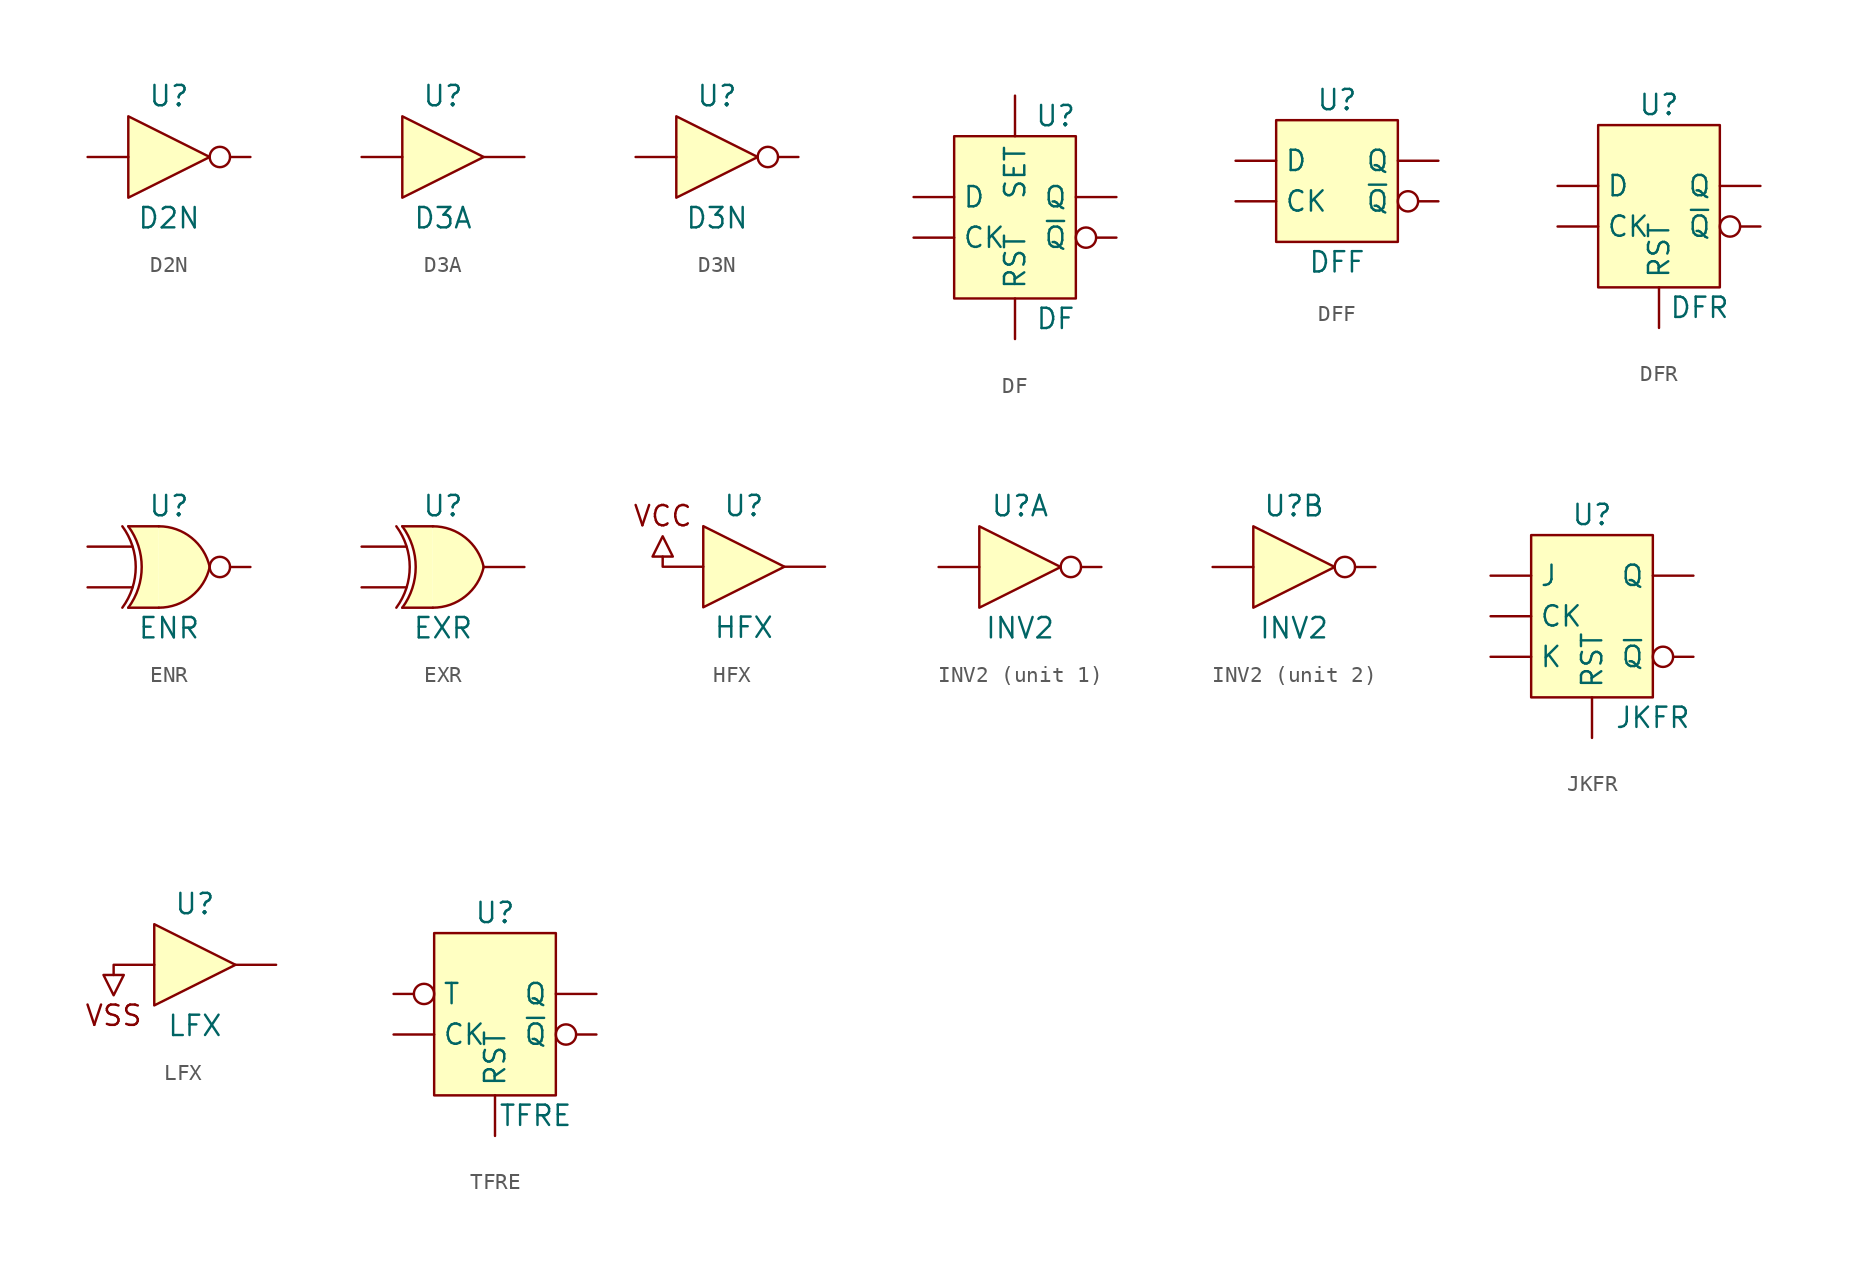
<source format=kicad_sym>
(kicad_symbol_lib
  (version 20231120)
  (generator "kicad_symbol_editor")
  (generator_version "8.0")
  (symbol "D2N"
    (property "Reference" "U"
      (at 0 3.81 0)
      (effects (font (size 1.27 1.27))))
    (property "Value" "D2N"
      (at 0 -3.81 0)
      (effects (font (size 1.27 1.27))))
    (symbol "D2N_1_1"
      (polyline (pts (xy -2.54 2.54) (xy -2.54 -2.54) (xy 2.54 0) (xy -2.54 2.54)) (stroke (width 0) (type default)) (fill (type background)))
      (pin input line (at -5.08 0 0) (length 2.54) (name "" (effects (font (size 1.27 1.27)))) (number "1" (effects (font (size 0 0)))))
      (pin output inverted (at 5.08 0 180) (length 2.54) (name "" (effects (font (size 1.27 1.27)))) (number "2" (effects (font (size 0 0)))))))
  (symbol "D3A"
    (property "Reference" "U"
      (at 0 3.81 0)
      (effects (font (size 1.27 1.27))))
    (property "Value" "D3A"
      (at 0 -3.81 0)
      (effects (font (size 1.27 1.27))))
    (symbol "D3A_1_1"
      (polyline (pts (xy -2.54 2.54) (xy -2.54 -2.54) (xy 2.54 0) (xy -2.54 2.54)) (stroke (width 0) (type default)) (fill (type background)))
      (pin input line (at -5.08 0 0) (length 2.54) (name "" (effects (font (size 1.27 1.27)))) (number "1" (effects (font (size 0 0)))))
      (pin output line (at 5.08 0 180) (length 2.54) (name "" (effects (font (size 1.27 1.27)))) (number "2" (effects (font (size 0 0)))))))
  (symbol "D3N"
    (property "Reference" "U"
      (at 0 3.81 0)
      (effects (font (size 1.27 1.27))))
    (property "Value" "D3N"
      (at 0 -3.81 0)
      (effects (font (size 1.27 1.27))))
    (symbol "D3N_1_1"
      (polyline (pts (xy -2.54 2.54) (xy -2.54 -2.54) (xy 2.54 0) (xy -2.54 2.54)) (stroke (width 0) (type default)) (fill (type background)))
      (pin input line (at -5.08 0 0) (length 2.54) (name "" (effects (font (size 1.27 1.27)))) (number "1" (effects (font (size 0 0)))))
      (pin output inverted (at 5.08 0 180) (length 2.54) (name "" (effects (font (size 1.27 1.27)))) (number "2" (effects (font (size 0 0)))))))
  (symbol "DF"
    (property "Reference" "U"
      (at 2.54 6.35 0)
      (effects (font (size 1.27 1.27))))
    (property "Value" "DF"
      (at 2.54 -6.35 0)
      (effects (font (size 1.27 1.27))))
    (symbol "DF_1_1"
      (rectangle (start -3.81 5.08) (end 3.81 -5.08) (stroke (width 0) (type default)) (fill (type background)))
      (pin input line (at -6.35 1.27 0) (length 2.54) (name "D" (effects (font (size 1.27 1.27)))) (number "1" (effects (font (size 0 0)))))
      (pin input line (at -6.35 -1.27 0) (length 2.54) (name "CK" (effects (font (size 1.27 1.27)))) (number "2" (effects (font (size 0 0)))))
      (pin input line (at 0 -7.62 90) (length 2.54) (name "RST" (effects (font (size 1.27 1.27)))) (number "3" (effects (font (size 0 0)))))
      (pin output inverted (at 6.35 -1.27 180) (length 2.54) (name "~{Q}" (effects (font (size 1.27 1.27)))) (number "4" (effects (font (size 0 0)))))
      (pin output line (at 6.35 1.27 180) (length 2.54) (name "Q" (effects (font (size 1.27 1.27)))) (number "5" (effects (font (size 0 0)))))
      (pin input line (at 0 7.62 270) (length 2.54) (name "SET" (effects (font (size 1.27 1.27)))) (number "6" (effects (font (size 0 0)))))))
  (symbol "DFF"
    (property "Reference" "U"
      (at 0 5.08 0)
      (effects (font (size 1.27 1.27))))
    (property "Value" "DFF"
      (at 0 -5.08 0)
      (effects (font (size 1.27 1.27))))
    (symbol "DFF_1_1"
      (rectangle (start -3.81 3.81) (end 3.81 -3.81) (stroke (width 0) (type default)) (fill (type background)))
      (pin input line (at -6.35 1.27 0) (length 2.54) (name "D" (effects (font (size 1.27 1.27)))) (number "1" (effects (font (size 0 0)))))
      (pin input line (at -6.35 -1.27 0) (length 2.54) (name "CK" (effects (font (size 1.27 1.27)))) (number "2" (effects (font (size 0 0)))))
      (pin output inverted (at 6.35 -1.27 180) (length 2.54) (name "~{Q}" (effects (font (size 1.27 1.27)))) (number "3" (effects (font (size 0 0)))))
      (pin output line (at 6.35 1.27 180) (length 2.54) (name "Q" (effects (font (size 1.27 1.27)))) (number "4" (effects (font (size 0 0)))))))
  (symbol "DFR"
    (property "Reference" "U"
      (at 0 6.35 0)
      (effects (font (size 1.27 1.27))))
    (property "Value" "DFR"
      (at 2.54 -6.35 0)
      (effects (font (size 1.27 1.27))))
    (symbol "DFR_1_1"
      (rectangle (start -3.81 5.08) (end 3.81 -5.08) (stroke (width 0) (type default)) (fill (type background)))
      (pin input line (at -6.35 1.27 0) (length 2.54) (name "D" (effects (font (size 1.27 1.27)))) (number "1" (effects (font (size 0 0)))))
      (pin input line (at -6.35 -1.27 0) (length 2.54) (name "CK" (effects (font (size 1.27 1.27)))) (number "2" (effects (font (size 0 0)))))
      (pin input line (at 0 -7.62 90) (length 2.54) (name "RST" (effects (font (size 1.27 1.27)))) (number "3" (effects (font (size 0 0)))))
      (pin output inverted (at 6.35 -1.27 180) (length 2.54) (name "~{Q}" (effects (font (size 1.27 1.27)))) (number "4" (effects (font (size 0 0)))))
      (pin output line (at 6.35 1.27 180) (length 2.54) (name "Q" (effects (font (size 1.27 1.27)))) (number "5" (effects (font (size 0 0)))))))
  (symbol "ENR"
    (property "Reference" "U"
      (at 0 3.81 0)
      (effects (font (size 1.27 1.27))))
    (property "Value" "ENR"
      (at 0 -3.81 0)
      (effects (font (size 1.27 1.27))))
    (symbol "ENR_1_1"
      (arc (start -2.9127 -2.5398) (mid -2.0762 0.0001) (end -2.9129 2.54) (stroke (width 0) (type default)) (fill (type none)))
      (arc (start -2.54 -2.54) (mid -1.7035 -0.0001) (end -2.5402 2.5398) (stroke (width 0) (type default)) (fill (type none)))
      (arc (start -0.635 -2.54) (mid 1.3992 -1.8283) (end 2.54 0) (stroke (width 0) (type default)) (fill (type background)))
      (polyline (pts (xy -0.635 -2.54) (xy -2.54 -2.54)) (stroke (width 0) (type default)) (fill (type outline)))
      (polyline (pts (xy -0.635 2.54) (xy -2.54 2.54)) (stroke (width 0) (type default)) (fill (type background)))
      (polyline (pts (xy -0.635 2.54) (xy -2.54 2.54) (xy -2.159 1.905) (xy -1.905 1.27) (xy -1.778 0.762) (xy -1.727 0.457) (xy -1.702 0.178) (xy -1.702 -0.127) (xy -1.753 -0.66) (xy -1.829 -1.016) (xy -1.93 -1.372) (xy -2.057 -1.676) (xy -2.235 -2.057) (xy -2.413 -2.337) (xy -2.54 -2.54) (xy -0.635 -2.54)) (stroke (width -0.0001) (type default)) (fill (type background)))
      (arc (start 2.54 0) (mid 1.3994 1.8287) (end -0.635 2.54) (stroke (width 0) (type default)) (fill (type background)))
      (pin input line (at -5.08 1.27 0) (length 2.794) (name "" (effects (font (size 1.27 1.27)))) (number "1" (effects (font (size 0 0)))))
      (pin input line (at -5.08 -1.27 0) (length 2.794) (name "" (effects (font (size 1.27 1.27)))) (number "2" (effects (font (size 0 0)))))
      (pin output inverted (at 5.08 0 180) (length 2.54) (name "" (effects (font (size 1.27 1.27)))) (number "3" (effects (font (size 0 0)))))))
  (symbol "EXR"
    (property "Reference" "U"
      (at 0 3.81 0)
      (effects (font (size 1.27 1.27))))
    (property "Value" "EXR"
      (at 0 -3.81 0)
      (effects (font (size 1.27 1.27))))
    (symbol "EXR_1_1"
      (arc (start -2.9127 -2.5398) (mid -2.0762 0.0001) (end -2.9129 2.54) (stroke (width 0) (type default)) (fill (type none)))
      (arc (start -2.54 -2.54) (mid -1.7035 -0.0001) (end -2.5402 2.5398) (stroke (width 0) (type default)) (fill (type none)))
      (arc (start -0.635 -2.54) (mid 1.3992 -1.8283) (end 2.54 0) (stroke (width 0) (type default)) (fill (type background)))
      (polyline (pts (xy -0.635 -2.54) (xy -2.54 -2.54)) (stroke (width 0) (type default)) (fill (type outline)))
      (polyline (pts (xy -0.635 2.54) (xy -2.54 2.54)) (stroke (width 0) (type default)) (fill (type background)))
      (polyline (pts (xy -0.635 2.54) (xy -2.54 2.54) (xy -2.159 1.905) (xy -1.905 1.27) (xy -1.778 0.762) (xy -1.727 0.457) (xy -1.702 0.178) (xy -1.702 -0.127) (xy -1.753 -0.66) (xy -1.829 -1.016) (xy -1.93 -1.372) (xy -2.057 -1.676) (xy -2.235 -2.057) (xy -2.413 -2.337) (xy -2.54 -2.54) (xy -0.635 -2.54)) (stroke (width -0.0001) (type default)) (fill (type background)))
      (arc (start 2.54 0) (mid 1.3994 1.8287) (end -0.635 2.54) (stroke (width 0) (type default)) (fill (type background)))
      (pin input line (at -5.08 1.27 0) (length 2.794) (name "" (effects (font (size 1.27 1.27)))) (number "1" (effects (font (size 0 0)))))
      (pin input line (at -5.08 -1.27 0) (length 2.794) (name "" (effects (font (size 1.27 1.27)))) (number "2" (effects (font (size 0 0)))))
      (pin output line (at 5.08 0 180) (length 2.54) (name "" (effects (font (size 1.27 1.27)))) (number "3" (effects (font (size 0 0)))))))
  (symbol "HFX"
    (property "Reference" "U"
      (at 0 3.81 0)
      (effects (font (size 1.27 1.27))))
    (property "Value" "HFX"
      (at 0 -3.81 0)
      (effects (font (size 1.27 1.27))))
    (symbol "HFX_0_1"
      (polyline (pts (xy -5.08 0.635) (xy -5.08 0) (xy -2.54 0)) (stroke (width 0) (type default)) (fill (type none)))
      (polyline (pts (xy -5.08 1.905) (xy -5.715 0.635) (xy -4.445 0.635) (xy -5.08 1.905)) (stroke (width 0) (type default)) (fill (type none))))
    (symbol "HFX_1_1"
      (polyline (pts (xy -2.54 2.54) (xy -2.54 -2.54) (xy 2.54 0) (xy -2.54 2.54)) (stroke (width 0) (type default)) (fill (type background)))
      (text "VCC" (at -5.08 3.175 0) (effects (font (size 1.27 1.27))))
      (pin output line (at 5.08 0 180) (length 2.54) (name "" (effects (font (size 1.27 1.27)))) (number "1" (effects (font (size 0 0)))))))
  (symbol "INV2"
    (pin_numbers hide)
    (property "Reference" "U"
      (at 0 3.81 0)
      (effects (font (size 1.27 1.27))))
    (property "Value" "INV2"
      (at 0 -3.81 0)
      (effects (font (size 1.27 1.27))))
    (property "ki_locked" ""
      (at 0 0 0)
      (effects (font (size 1.27 1.27))))
    (symbol "INV2_1_1"
      (polyline (pts (xy -2.54 2.54) (xy -2.54 -2.54) (xy 2.54 0) (xy -2.54 2.54)) (stroke (width 0) (type default)) (fill (type background)))
      (pin input line (at -5.08 0 0) (length 2.54) (name "" (effects (font (size 1.27 1.27)))) (number "1" (effects (font (size 0 0)))))
      (pin output inverted (at 5.08 0 180) (length 2.54) (name "" (effects (font (size 1.27 1.27)))) (number "2" (effects (font (size 0 0))))))
    (symbol "INV2_2_1"
      (polyline (pts (xy -2.54 2.54) (xy -2.54 -2.54) (xy 2.54 0) (xy -2.54 2.54)) (stroke (width 0) (type default)) (fill (type background)))
      (pin input line (at -5.08 0 0) (length 2.54) (name "" (effects (font (size 1.27 1.27)))) (number "3" (effects (font (size 0 0)))))
      (pin output inverted (at 5.08 0 180) (length 2.54) (name "" (effects (font (size 1.27 1.27)))) (number "4" (effects (font (size 0 0)))))))
  (symbol "JKFR"
    (property "Reference" "U"
      (at 0 6.35 0)
      (effects (font (size 1.27 1.27))))
    (property "Value" "JKFR"
      (at 3.81 -6.35 0)
      (effects (font (size 1.27 1.27))))
    (symbol "JKFR_1_1"
      (rectangle (start -3.81 5.08) (end 3.81 -5.08) (stroke (width 0) (type default)) (fill (type background)))
      (pin input line (at -6.35 2.54 0) (length 2.54) (name "J" (effects (font (size 1.27 1.27)))) (number "1" (effects (font (size 0 0)))))
      (pin input line (at -6.35 0 0) (length 2.54) (name "CK" (effects (font (size 1.27 1.27)))) (number "2" (effects (font (size 0 0)))))
      (pin input line (at -6.35 -2.54 0) (length 2.54) (name "K" (effects (font (size 1.27 1.27)))) (number "3" (effects (font (size 0 0)))))
      (pin input line (at 0 -7.62 90) (length 2.54) (name "RST" (effects (font (size 1.27 1.27)))) (number "4" (effects (font (size 0 0)))))
      (pin output inverted (at 6.35 -2.54 180) (length 2.54) (name "~{Q}" (effects (font (size 1.27 1.27)))) (number "5" (effects (font (size 0 0)))))
      (pin output line (at 6.35 2.54 180) (length 2.54) (name "Q" (effects (font (size 1.27 1.27)))) (number "6" (effects (font (size 0 0)))))))
  (symbol "LFX"
    (property "Reference" "U"
      (at 0 3.81 0)
      (effects (font (size 1.27 1.27))))
    (property "Value" "LFX"
      (at 0 -3.81 0)
      (effects (font (size 1.27 1.27))))
    (symbol "LFX_0_1"
      (polyline (pts (xy -2.54 0) (xy -5.08 0) (xy -5.08 -0.635)) (stroke (width 0) (type default)) (fill (type none)))
      (polyline (pts (xy -5.08 -1.905) (xy -4.445 -0.635) (xy -5.715 -0.635) (xy -5.08 -1.905)) (stroke (width 0) (type default)) (fill (type none))))
    (symbol "LFX_1_1"
      (polyline (pts (xy -2.54 2.54) (xy -2.54 -2.54) (xy 2.54 0) (xy -2.54 2.54)) (stroke (width 0) (type default)) (fill (type background)))
      (text "VSS" (at -5.08 -3.175 0) (effects (font (size 1.27 1.27))))
      (pin output line (at 5.08 0 180) (length 2.54) (name "" (effects (font (size 1.27 1.27)))) (number "1" (effects (font (size 0 0)))))))
  (symbol "TFRE"
    (property "Reference" "U"
      (at 0 6.35 0)
      (effects (font (size 1.27 1.27))))
    (property "Value" "TFRE"
      (at 2.54 -6.35 0)
      (effects (font (size 1.27 1.27))))
    (symbol "TFRE_1_1"
      (rectangle (start -3.81 5.08) (end 3.81 -5.08) (stroke (width 0) (type default)) (fill (type background)))
      (pin input inverted (at -6.35 1.27 0) (length 2.54) (name "T" (effects (font (size 1.27 1.27)))) (number "1" (effects (font (size 0 0)))))
      (pin input line (at -6.35 -1.27 0) (length 2.54) (name "CK" (effects (font (size 1.27 1.27)))) (number "2" (effects (font (size 0 0)))))
      (pin input line (at 0 -7.62 90) (length 2.54) (name "RST" (effects (font (size 1.27 1.27)))) (number "3" (effects (font (size 0 0)))))
      (pin output inverted (at 6.35 -1.27 180) (length 2.54) (name "~{Q}" (effects (font (size 1.27 1.27)))) (number "4" (effects (font (size 0 0)))))
      (pin output line (at 6.35 1.27 180) (length 2.54) (name "Q" (effects (font (size 1.27 1.27)))) (number "5" (effects (font (size 0 0))))))))
</source>
